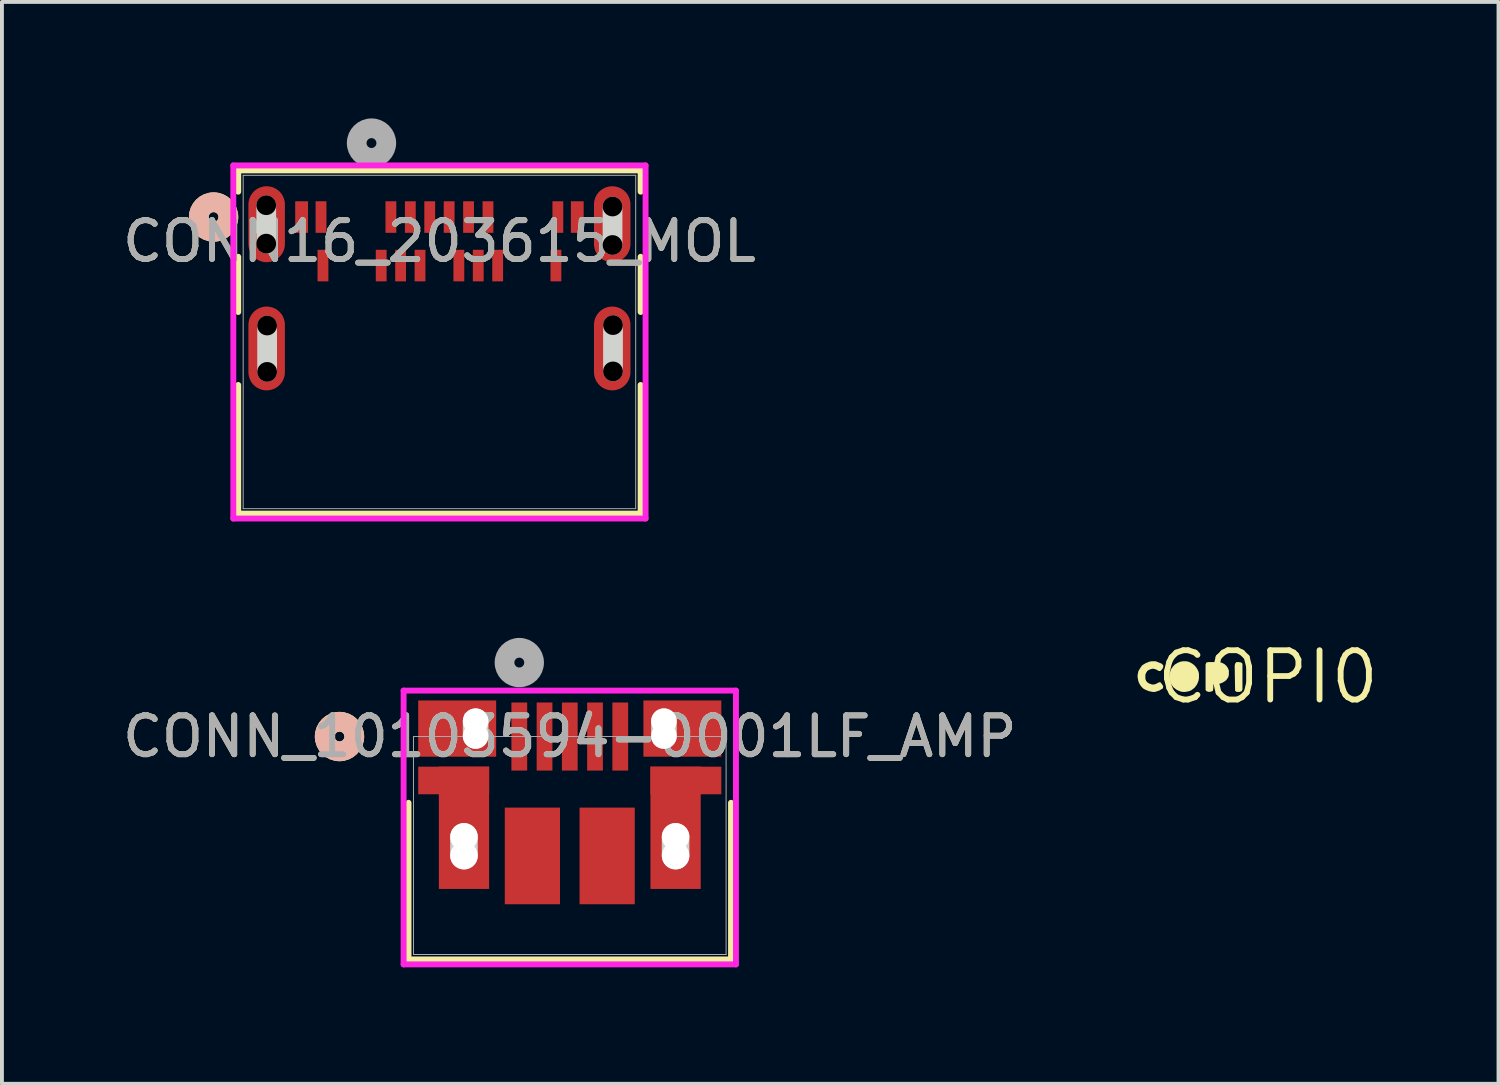
<source format=kicad_pcb>
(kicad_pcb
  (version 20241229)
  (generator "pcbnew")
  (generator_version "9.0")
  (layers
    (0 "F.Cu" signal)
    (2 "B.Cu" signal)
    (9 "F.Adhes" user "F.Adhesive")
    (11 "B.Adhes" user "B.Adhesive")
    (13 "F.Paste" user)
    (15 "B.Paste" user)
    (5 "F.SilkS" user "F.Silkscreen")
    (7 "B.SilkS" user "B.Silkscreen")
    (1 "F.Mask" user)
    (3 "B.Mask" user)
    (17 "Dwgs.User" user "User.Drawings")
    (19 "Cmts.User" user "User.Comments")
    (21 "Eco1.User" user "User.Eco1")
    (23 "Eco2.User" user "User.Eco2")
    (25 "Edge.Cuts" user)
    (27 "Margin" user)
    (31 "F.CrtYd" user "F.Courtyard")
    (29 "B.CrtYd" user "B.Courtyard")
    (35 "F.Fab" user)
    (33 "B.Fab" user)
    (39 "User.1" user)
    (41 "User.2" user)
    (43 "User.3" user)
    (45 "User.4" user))
  (footprint "CONN16_203615_MOL"
    (layer "F.Cu")
    (at 8.268 5.758)
    (property "Reference" "CONN16_203615_MOL" (at 0 -2.593 0) (unlocked yes) (layer "F.SilkS") (effects (font (size 1 1) (thickness 0.15))))
    (attr smd)
    (fp_line (start -5.182 -4.42) (end -5.182 -3.871) (stroke (width 0.152) (type solid)) (layer "F.SilkS"))
    (fp_line (start -5.182 -2.194) (end -5.182 -0.772) (stroke (width 0.152) (type solid)) (layer "F.SilkS"))
    (fp_line (start -5.182 1.107) (end -5.182 4.42) (stroke (width 0.152) (type solid)) (layer "F.SilkS"))
    (fp_line (start -5.182 4.42) (end 5.182 4.42) (stroke (width 0.152) (type solid)) (layer "F.SilkS"))
    (fp_line (start 5.182 -4.42) (end -5.182 -4.42) (stroke (width 0.152) (type solid)) (layer "F.SilkS"))
    (fp_line (start 5.182 -3.871) (end 5.182 -4.42) (stroke (width 0.152) (type solid)) (layer "F.SilkS"))
    (fp_line (start 5.182 -0.772) (end 5.182 -2.194) (stroke (width 0.152) (type solid)) (layer "F.SilkS"))
    (fp_line (start 5.182 4.42) (end 5.182 1.107) (stroke (width 0.152) (type solid)) (layer "F.SilkS"))
    (fp_circle (center -5.817 -3.218) (end -5.436 -3.218) (stroke (width 0.508) (type solid)) (fill no) (layer "F.SilkS"))
    (fp_circle (center -5.817 -3.218) (end -5.436 -3.218) (stroke (width 0.508) (type solid)) (fill no) (layer "B.SilkS"))
    (fp_line (start -4.461 -2.533) (end -4.461 -3.523) (stroke (width 0.508) (type solid)) (layer "Edge.Cuts"))
    (fp_line (start -4.438 0.77) (end -4.438 -0.424) (stroke (width 0.508) (type solid)) (layer "Edge.Cuts"))
    (fp_line (start 4.458 -2.498) (end 4.458 -3.489) (stroke (width 0.508) (type solid)) (layer "Edge.Cuts"))
    (fp_line (start 4.47 0.758) (end 4.47 -0.435) (stroke (width 0.508) (type solid)) (layer "Edge.Cuts"))
    (fp_line (start -5.309 -4.547) (end -5.309 4.547) (stroke (width 0.152) (type solid)) (layer "F.CrtYd"))
    (fp_line (start -5.309 4.547) (end 5.309 4.547) (stroke (width 0.152) (type solid)) (layer "F.CrtYd"))
    (fp_line (start 5.309 -4.547) (end -5.309 -4.547) (stroke (width 0.152) (type solid)) (layer "F.CrtYd"))
    (fp_line (start 5.309 4.547) (end 5.309 -4.547) (stroke (width 0.152) (type solid)) (layer "F.CrtYd"))
    (fp_line (start -5.055 -4.293) (end -5.055 4.293) (stroke (width 0.025) (type solid)) (layer "F.Fab"))
    (fp_line (start -5.055 4.293) (end 5.055 4.293) (stroke (width 0.025) (type solid)) (layer "F.Fab"))
    (fp_line (start 5.055 -4.293) (end -5.055 -4.293) (stroke (width 0.025) (type solid)) (layer "F.Fab"))
    (fp_line (start 5.055 4.293) (end 5.055 -4.293) (stroke (width 0.025) (type solid)) (layer "F.Fab"))
    (fp_circle (center -1.75 -5.123) (end -1.369 -5.123) (stroke (width 0.508) (type solid)) (fill no) (layer "F.Fab"))
    (fp_text user "${REFERENCE}" (at 0 -2.593 0) (unlocked yes) (layer "F.Fab") (effects (font (size 1 1) (thickness 0.15))))
    (pad "" np_thru_hole circle (at -4.461 -3.523) (size 0.508 0.508) (drill 0.508) (layers))
    (pad "" np_thru_hole circle (at -4.461 -2.533) (size 0.508 0.508) (drill 0.508) (layers))
    (pad "" np_thru_hole circle (at -4.438 -0.424) (size 0.508 0.508) (drill 0.508) (layers))
    (pad "" np_thru_hole circle (at -4.438 0.77) (size 0.508 0.508) (drill 0.508) (layers))
    (pad "" np_thru_hole circle (at 4.458 -3.489) (size 0.508 0.508) (drill 0.508) (layers))
    (pad "" np_thru_hole circle (at 4.458 -2.498) (size 0.508 0.508) (drill 0.508) (layers))
    (pad "" np_thru_hole circle (at 4.47 -0.435) (size 0.508 0.508) (drill 0.508) (layers))
    (pad "" np_thru_hole circle (at 4.47 0.758) (size 0.508 0.508) (drill 0.508) (layers))
    (pad "19" smd oval (at -4.45 -3.033) (size 0.94 1.956) (layers "F.Cu" "F.Mask" "F.Paste"))
    (pad "20" smd oval (at 4.45 -3.033) (size 0.94 1.956) (layers "F.Cu" "F.Mask" "F.Paste"))
    (pad "21" smd oval (at -4.45 0.167) (size 0.94 2.159) (layers "F.Cu" "F.Mask" "F.Paste"))
    (pad "22" smd oval (at 4.45 0.167) (size 0.94 2.159) (layers "F.Cu" "F.Mask" "F.Paste"))
    (pad "A1" smd rect (at -3.05 -3.218) (size 0.279 0.813) (layers "F.Cu" "F.Mask" "F.Paste"))
    (pad "A4" smd rect (at -1.25 -3.218) (size 0.279 0.813) (layers "F.Cu" "F.Mask" "F.Paste"))
    (pad "A5" smd rect (at -0.75 -3.218) (size 0.279 0.813) (layers "F.Cu" "F.Mask" "F.Paste"))
    (pad "A6" smd rect (at -0.25 -3.218) (size 0.279 0.813) (layers "F.Cu" "F.Mask" "F.Paste"))
    (pad "A7" smd rect (at 0.25 -3.218) (size 0.279 0.813) (layers "F.Cu" "F.Mask" "F.Paste"))
    (pad "A8" smd rect (at 0.75 -3.218) (size 0.279 0.813) (layers "F.Cu" "F.Mask" "F.Paste"))
    (pad "A9" smd rect (at 1.25 -3.218) (size 0.279 0.813) (layers "F.Cu" "F.Mask" "F.Paste"))
    (pad "A12" smd rect (at 3.05 -3.218) (size 0.279 0.813) (layers "F.Cu" "F.Mask" "F.Paste"))
    (pad "B1" smd rect (at 3 -1.968) (size 0.279 0.813) (layers "F.Cu" "F.Mask" "F.Paste"))
    (pad "B4" smd rect (at 1.5 -1.968) (size 0.279 0.813) (layers "F.Cu" "F.Mask" "F.Paste"))
    (pad "B5" smd rect (at 1 -1.968) (size 0.279 0.813) (layers "F.Cu" "F.Mask" "F.Paste"))
    (pad "B6" smd rect (at 0.5 -1.968) (size 0.279 0.813) (layers "F.Cu" "F.Mask" "F.Paste"))
    (pad "B7" smd rect (at -0.5 -1.968) (size 0.279 0.813) (layers "F.Cu" "F.Mask" "F.Paste"))
    (pad "B8" smd rect (at -1 -1.968) (size 0.279 0.813) (layers "F.Cu" "F.Mask" "F.Paste"))
    (pad "B9" smd rect (at -1.5 -1.968) (size 0.279 0.813) (layers "F.Cu" "F.Mask" "F.Paste"))
    (pad "B12" smd rect (at -3 -1.968) (size 0.279 0.813) (layers "F.Cu" "F.Mask" "F.Paste"))
    (pad "GND1" smd rect (at -3.55 -3.218) (size 0.33 0.813) (layers "F.Cu" "F.Mask" "F.Paste"))
    (pad "GND2" smd rect (at 3.55 -3.218) (size 0.33 0.813) (layers "F.Cu" "F.Mask" "F.Paste")))
  (footprint "CONN_10103594-0001LF_AMP"
    (layer "F.Cu")
    (at 11.625 18.727)
    (property "Reference" "CONN_10103594-0001LF_AMP" (at 0 -2.807 0) (unlocked yes) (layer "F.SilkS") (effects (font (size 1 1) (thickness 0.15))))
    (attr smd)
    (fp_poly (pts (xy -3.903 -2.031) (xy -3.903 -1.32) (xy -2.077 -1.32) (xy -2.077 -2.031)) (stroke (width 0) (type solid)) (fill yes) (layer "F.Cu"))
    (fp_poly (pts (xy 3.903 -2.031) (xy 3.903 -1.32) (xy 2.077 -1.32) (xy 2.077 -2.031)) (stroke (width 0) (type solid)) (fill yes) (layer "F.Cu"))
    (fp_poly (pts (xy -3.903 -2.031) (xy -3.903 -1.32) (xy -2.077 -1.32) (xy -2.077 -2.031)) (stroke (width 0) (type solid)) (fill yes) (layer "F.Mask"))
    (fp_poly (pts (xy 3.903 -2.031) (xy 3.903 -1.32) (xy 2.077 -1.32) (xy 2.077 -2.031)) (stroke (width 0) (type solid)) (fill yes) (layer "F.Mask"))
    (fp_line (start -4.153 -1.1) (end -4.153 2.934) (stroke (width 0.152) (type solid)) (layer "F.SilkS"))
    (fp_line (start -4.153 2.934) (end 4.153 2.934) (stroke (width 0.152) (type solid)) (layer "F.SilkS"))
    (fp_line (start 4.153 2.934) (end 4.153 -1.1) (stroke (width 0.152) (type solid)) (layer "F.SilkS"))
    (fp_circle (center -5.931 -2.807) (end -5.55 -2.807) (stroke (width 0.508) (type solid)) (fill no) (layer "F.SilkS"))
    (fp_circle (center -5.931 -2.807) (end -5.55 -2.807) (stroke (width 0.508) (type solid)) (fill no) (layer "B.SilkS"))
    (fp_poly (pts (xy -3.903 -2.031) (xy -3.903 -1.32) (xy -2.077 -1.32) (xy -2.077 -2.031)) (stroke (width 0) (type solid)) (fill yes) (layer "F.Paste"))
    (fp_poly (pts (xy 3.903 -2.031) (xy 3.903 -1.32) (xy 2.077 -1.32) (xy 2.077 -2.031)) (stroke (width 0) (type solid)) (fill yes) (layer "F.Paste"))
    (fp_line (start -2.725 0.26) (end -2.725 -0.223) (stroke (width 0.711) (type solid)) (layer "Edge.Cuts"))
    (fp_line (start -2.425 -2.821) (end -2.425 -3.202) (stroke (width 0.66) (type solid)) (layer "Edge.Cuts"))
    (fp_line (start 2.425 -2.821) (end 2.425 -3.202) (stroke (width 0.66) (type solid)) (layer "Edge.Cuts"))
    (fp_line (start 2.725 0.26) (end 2.725 -0.223) (stroke (width 0.711) (type solid)) (layer "Edge.Cuts"))
    (fp_line (start -4.28 -3.99) (end -4.28 3.061) (stroke (width 0.152) (type solid)) (layer "F.CrtYd"))
    (fp_line (start -4.28 3.061) (end 4.28 3.061) (stroke (width 0.152) (type solid)) (layer "F.CrtYd"))
    (fp_line (start 4.28 -3.99) (end -4.28 -3.99) (stroke (width 0.152) (type solid)) (layer "F.CrtYd"))
    (fp_line (start 4.28 3.061) (end 4.28 -3.99) (stroke (width 0.152) (type solid)) (layer "F.CrtYd"))
    (fp_line (start -4.026 -2.807) (end -4.026 2.807) (stroke (width 0.025) (type solid)) (layer "F.Fab"))
    (fp_line (start -4.026 2.807) (end 4.026 2.807) (stroke (width 0.025) (type solid)) (layer "F.Fab"))
    (fp_line (start 4.026 -2.807) (end -4.026 -2.807) (stroke (width 0.025) (type solid)) (layer "F.Fab"))
    (fp_line (start 4.026 2.807) (end 4.026 -2.807) (stroke (width 0.025) (type solid)) (layer "F.Fab"))
    (fp_circle (center -1.3 -4.712) (end -0.919 -4.712) (stroke (width 0.508) (type solid)) (fill no) (layer "F.Fab"))
    (fp_text user "${REFERENCE}" (at 0 -2.807 0) (unlocked yes) (layer "F.Fab") (effects (font (size 1 1) (thickness 0.15))))
    (pad "" np_thru_hole circle (at -2.725 -0.223) (size 0.711 0.711) (drill 0.711) (layers "*.Cu" "*.Mask"))
    (pad "" np_thru_hole circle (at -2.725 0.26) (size 0.711 0.711) (drill 0.711) (layers "*.Cu" "*.Mask"))
    (pad "" np_thru_hole circle (at -2.425 -3.202) (size 0.66 0.66) (drill 0.66) (layers "*.Cu" "*.Mask"))
    (pad "" np_thru_hole circle (at -2.425 -2.821) (size 0.66 0.66) (drill 0.66) (layers "*.Cu" "*.Mask"))
    (pad "" np_thru_hole circle (at 2.425 -3.202) (size 0.66 0.66) (drill 0.66) (layers "*.Cu" "*.Mask"))
    (pad "" np_thru_hole circle (at 2.425 -2.821) (size 0.66 0.66) (drill 0.66) (layers "*.Cu" "*.Mask"))
    (pad "" np_thru_hole circle (at 2.725 -0.223) (size 0.711 0.711) (drill 0.711) (layers "*.Cu" "*.Mask"))
    (pad "" np_thru_hole circle (at 2.725 0.26) (size 0.711 0.711) (drill 0.711) (layers "*.Cu" "*.Mask"))
    (pad "1" smd rect (at -1.3 -2.807) (size 0.406 1.753) (layers "F.Cu" "F.Mask" "F.Paste"))
    (pad "2" smd rect (at -0.65 -2.807) (size 0.406 1.753) (layers "F.Cu" "F.Mask" "F.Paste"))
    (pad "3" smd rect (at 0 -2.807) (size 0.406 1.753) (layers "F.Cu" "F.Mask" "F.Paste"))
    (pad "4" smd rect (at 0.65 -2.807) (size 0.406 1.753) (layers "F.Cu" "F.Mask" "F.Paste"))
    (pad "5" smd rect (at 1.3 -2.807) (size 0.406 1.753) (layers "F.Cu" "F.Mask" "F.Paste"))
    (pad "6" smd rect (at -2.9 -3.012) (size 2.007 1.448) (layers "F.Cu" "F.Mask" "F.Paste"))
    (pad "7" smd rect (at 2.9 -3.012) (size 2.007 1.448) (layers "F.Cu" "F.Mask" "F.Paste"))
    (pad "8" smd rect (at -0.963 0.268) (size 1.422 2.489) (layers "F.Cu" "F.Mask" "F.Paste"))
    (pad "9" smd rect (at 0.963 0.268) (size 1.422 2.489) (layers "F.Cu" "F.Mask" "F.Paste"))
    (pad "10" smd rect (at -2.725 -0.457) (size 1.295 3.15) (layers "F.Cu" "F.Mask" "F.Paste"))
    (pad "12" smd rect (at 2.725 -0.457) (size 1.295 3.15) (layers "F.Cu" "F.Mask" "F.Paste")))
  (footprint "COPI0"
    (layer "F.Cu")
    (at 29.605 14.387)
    (property "Reference" "COPI0" (at 0 0 0) (layer "F.SilkS") (effects (font (size 1.27 1.27) (thickness 0.15))))
    (fp_poly (pts (xy -0.688 -0.375) (xy -0.655 -0.342) (xy -0.655 0.321) (xy -0.676 0.364) (xy -0.729 0.385) (xy -0.802 0.385) (xy -0.845 0.352) (xy -0.845 0.31) (xy -0.855 -0.29) (xy -0.845 -0.342) (xy -0.812 -0.385) (xy -0.75 -0.385)) (stroke (width 0) (type default)) (fill yes) (layer "F.SilkS"))
    (fp_poly (pts (xy -1.209 -0.375) (xy -1.158 -0.354) (xy -1.107 -0.324) (xy -1.066 -0.283) (xy -1.036 -0.242) (xy -1.015 -0.192) (xy -1.005 -0.171) (xy -1.005 -0.06) (xy -1.015 -0.008) (xy -1.046 0.043) (xy -1.076 0.084) (xy -1.117 0.114) (xy -1.163 0.142) (xy -1.163 0.143) (xy -1.168 0.144) (xy -1.172 0.147) (xy -1.172 0.146) (xy -1.219 0.165) (xy -1.27 0.175) (xy -1.379 0.175) (xy -1.405 0.184) (xy -1.405 0.29) (xy -1.415 0.353) (xy -1.458 0.375) (xy -1.52 0.385) (xy -1.583 0.364) (xy -1.605 0.332) (xy -1.605 -0.321) (xy -1.584 -0.374) (xy -1.53 -0.385) (xy -1.26 -0.385)) (stroke (width 0) (type default)) (fill yes) (layer "F.SilkS"))
    (fp_poly (pts (xy -2.049 -0.395) (xy -1.998 -0.374) (xy -1.947 -0.344) (xy -1.907 -0.314) (xy -1.866 -0.273) (xy -1.836 -0.233) (xy -1.806 -0.182) (xy -1.785 -0.131) (xy -1.775 -0.08) (xy -1.775 0.03) (xy -1.785 0.091) (xy -1.805 0.142) (xy -1.826 0.192) (xy -1.856 0.233) (xy -1.886 0.274) (xy -1.937 0.314) (xy -1.978 0.344) (xy -2.029 0.365) (xy -2.079 0.375) (xy -2.13 0.385) (xy -2.19 0.385) (xy -2.241 0.375) (xy -2.292 0.355) (xy -2.342 0.334) (xy -2.383 0.304) (xy -2.434 0.264) (xy -2.464 0.223) (xy -2.492 0.177) (xy -2.492 0.177) (xy -2.494 0.172) (xy -2.497 0.168) (xy -2.496 0.168) (xy -2.515 0.121) (xy -2.525 0.071) (xy -2.535 0.02) (xy -2.535 -0.04) (xy -2.525 -0.091) (xy -2.515 -0.141) (xy -2.494 -0.202) (xy -2.464 -0.243) (xy -2.434 -0.283) (xy -2.393 -0.324) (xy -2.342 -0.354) (xy -2.302 -0.375) (xy -2.251 -0.395) (xy -2.19 -0.405) (xy -2.1 -0.405)) (stroke (width 0) (type default)) (fill yes) (layer "F.SilkS"))
    (fp_poly (pts (xy -2.838 -0.385) (xy -2.788 -0.365) (xy -2.737 -0.344) (xy -2.695 -0.302) (xy -2.695 -0.249) (xy -2.726 -0.197) (xy -2.768 -0.155) (xy -2.811 -0.155) (xy -2.862 -0.186) (xy -2.911 -0.205) (xy -2.96 -0.215) (xy -3.009 -0.205) (xy -3.058 -0.186) (xy -3.106 -0.156) (xy -3.136 -0.108) (xy -3.155 -0.059) (xy -3.155 0.049) (xy -3.136 0.098) (xy -3.107 0.136) (xy -3.058 0.166) (xy -3.009 0.185) (xy -2.96 0.195) (xy -2.902 0.185) (xy -2.862 0.166) (xy -2.801 0.135) (xy -2.768 0.135) (xy -2.726 0.187) (xy -2.695 0.239) (xy -2.706 0.293) (xy -2.757 0.324) (xy -2.788 0.345) (xy -2.848 0.365) (xy -2.909 0.385) (xy -2.96 0.385) (xy -3.011 0.375) (xy -3.061 0.365) (xy -3.112 0.345) (xy -3.162 0.324) (xy -3.213 0.294) (xy -3.254 0.253) (xy -3.284 0.213) (xy -3.314 0.162) (xy -3.335 0.111) (xy -3.345 0.061) (xy -3.355 0.01) (xy -3.355 -0.05) (xy -3.345 -0.101) (xy -3.335 -0.152) (xy -3.304 -0.203) (xy -3.274 -0.253) (xy -3.244 -0.294) (xy -3.203 -0.324) (xy -3.152 -0.354) (xy -3.102 -0.375) (xy -3.051 -0.395) (xy -3 -0.405) (xy -2.889 -0.405)) (stroke (width 0) (type default)) (fill yes) (layer "F.SilkS")))
  (gr_rect
    (start -3 -3)
    (end 35.545 24.864)
    (stroke (width 0.1) (type default))
    (fill no)
    (layer "Edge.Cuts")))
</source>
